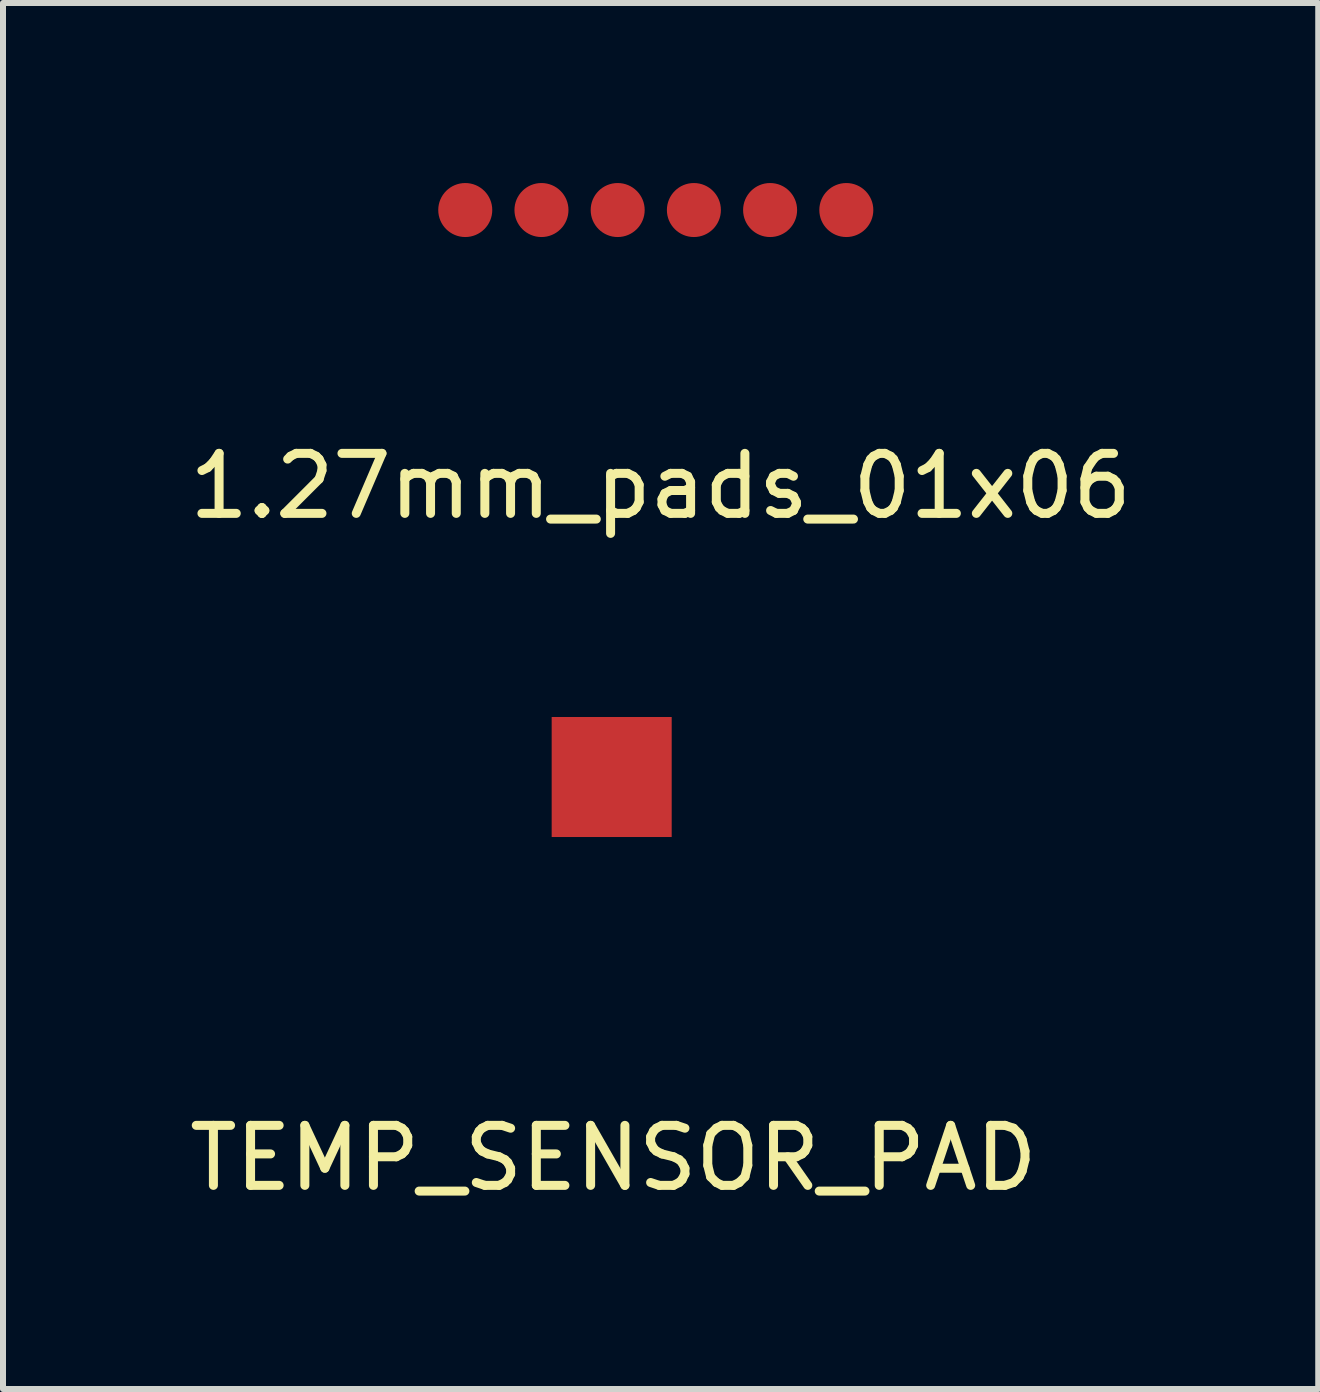
<source format=kicad_pcb>
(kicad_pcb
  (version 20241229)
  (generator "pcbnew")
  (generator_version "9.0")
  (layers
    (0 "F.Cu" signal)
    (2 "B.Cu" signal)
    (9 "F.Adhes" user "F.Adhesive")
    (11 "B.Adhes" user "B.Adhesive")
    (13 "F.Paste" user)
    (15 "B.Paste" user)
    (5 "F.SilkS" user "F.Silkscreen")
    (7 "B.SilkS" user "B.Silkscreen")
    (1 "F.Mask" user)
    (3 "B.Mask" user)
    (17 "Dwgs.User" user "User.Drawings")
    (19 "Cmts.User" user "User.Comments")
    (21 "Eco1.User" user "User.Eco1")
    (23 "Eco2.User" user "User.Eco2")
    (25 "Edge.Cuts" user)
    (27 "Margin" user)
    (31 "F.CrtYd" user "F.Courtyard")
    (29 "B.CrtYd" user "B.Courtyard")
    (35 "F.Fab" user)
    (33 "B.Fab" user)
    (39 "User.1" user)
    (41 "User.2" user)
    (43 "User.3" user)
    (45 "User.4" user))
  (footprint "1.27mm_pads_01x06"
    (layer "F.Cu")
    (at 7.878 0.45)
    (property "Reference" "1.27mm_pads_01x06" (at 0.08 4.6 0) (layer "F.SilkS") (effects (font (size 1 1) (thickness 0.15))))
    (attr through_hole)
    (pad "1" smd circle (at -3.175 0) (size 0.9 0.9) (layers "F.Cu" "F.Mask" "F.Paste"))
    (pad "2" smd circle (at -1.905 0) (size 0.9 0.9) (layers "F.Cu" "F.Mask" "F.Paste"))
    (pad "3" smd circle (at -0.635 0) (size 0.9 0.9) (layers "F.Cu" "F.Mask" "F.Paste"))
    (pad "4" smd circle (at 0.635 0) (size 0.9 0.9) (layers "F.Cu" "F.Mask" "F.Paste"))
    (pad "5" smd circle (at 1.905 0) (size 0.9 0.9) (layers "F.Cu" "F.Mask" "F.Paste"))
    (pad "6" smd circle (at 3.175 0) (size 0.9 0.9) (layers "F.Cu" "F.Mask" "F.Paste")))
  (footprint "TEMP_SENSOR_PAD"
    (layer "F.Cu")
    (at 7.143 9.898)
    (property "Reference" "TEMP_SENSOR_PAD" (at 0.03 6.35 0) (layer "F.SilkS") (effects (font (size 1 1) (thickness 0.15))))
    (attr through_hole)
    (pad "1" smd rect (at 0 0) (size 2 2) (layers "F.Cu" "F.Mask" "F.Paste")))
  (gr_rect
    (start -3 -3)
    (end 18.917 20.096)
    (stroke (width 0.1) (type default))
    (fill no)
    (layer "Edge.Cuts")))
</source>
